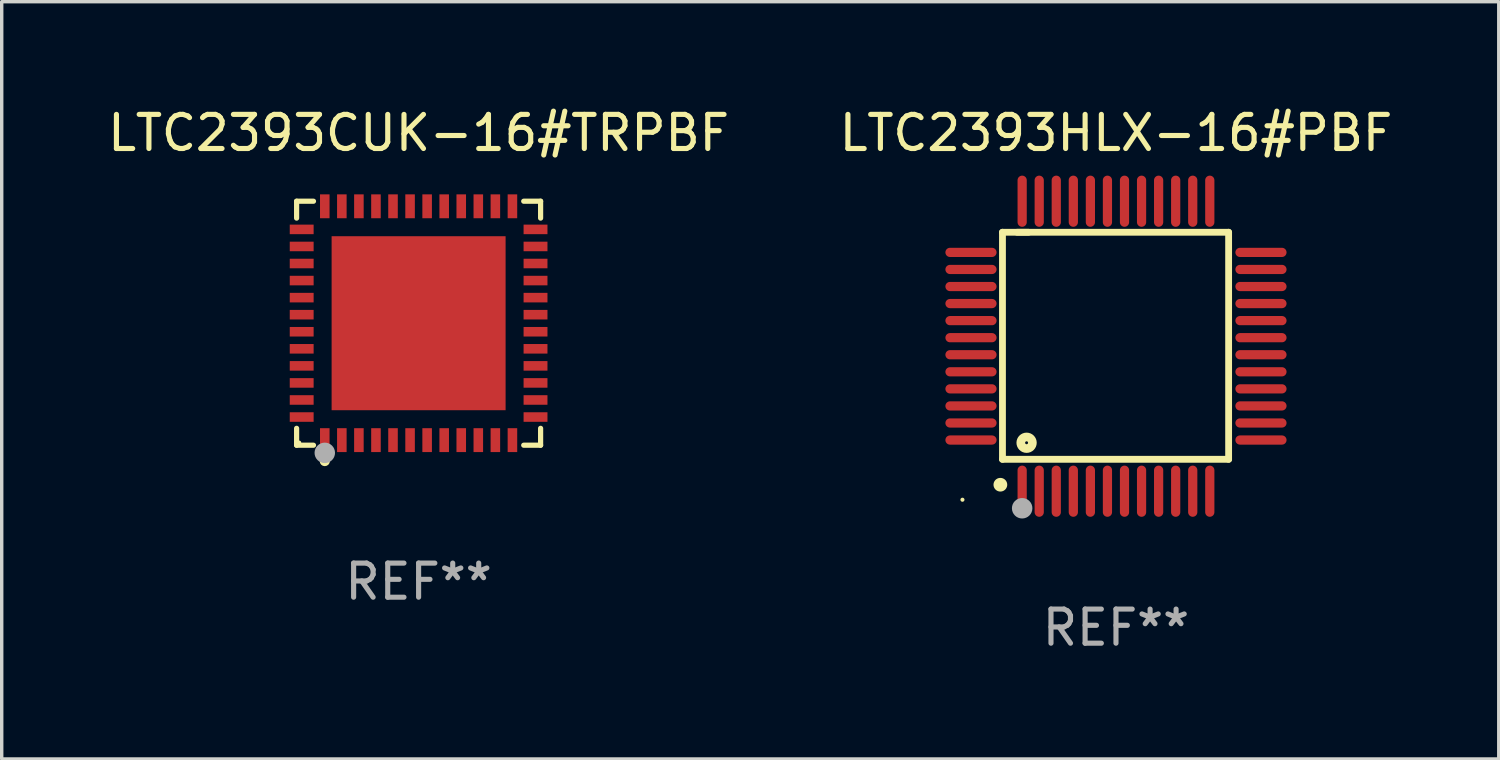
<source format=kicad_pcb>
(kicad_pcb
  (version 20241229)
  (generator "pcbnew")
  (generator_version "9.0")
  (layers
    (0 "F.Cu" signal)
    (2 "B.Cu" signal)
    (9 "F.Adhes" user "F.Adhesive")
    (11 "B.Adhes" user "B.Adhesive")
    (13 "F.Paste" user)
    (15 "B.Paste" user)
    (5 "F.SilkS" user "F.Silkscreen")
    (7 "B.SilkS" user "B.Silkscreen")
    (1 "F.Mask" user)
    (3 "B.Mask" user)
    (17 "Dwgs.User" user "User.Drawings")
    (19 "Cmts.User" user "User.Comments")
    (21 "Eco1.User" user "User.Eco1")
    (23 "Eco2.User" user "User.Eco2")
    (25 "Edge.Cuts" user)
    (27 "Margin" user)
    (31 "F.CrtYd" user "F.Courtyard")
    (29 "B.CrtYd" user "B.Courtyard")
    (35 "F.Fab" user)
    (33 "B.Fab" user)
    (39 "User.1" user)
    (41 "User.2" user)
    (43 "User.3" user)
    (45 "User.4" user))
  (footprint "LTC2393CUK-16#TRPBF"
    (layer "F.Cu")
    (at 9.22 6.424)
    (property "Reference" "LTC2393CUK-16#TRPBF" (at 0 -5.576 0) (layer "F.SilkS") (effects (font (size 1 1) (thickness 0.15))))
    (attr through_hole)
    (fp_line (start -3.576 -3.576) (end -3.081 -3.576) (stroke (width 0.152) (type solid)) (layer "F.SilkS"))
    (fp_line (start -3.576 -3.081) (end -3.576 -3.576) (stroke (width 0.152) (type solid)) (layer "F.SilkS"))
    (fp_line (start -3.576 3.081) (end -3.576 3.576) (stroke (width 0.152) (type solid)) (layer "F.SilkS"))
    (fp_line (start -3.576 3.576) (end -3.081 3.576) (stroke (width 0.152) (type solid)) (layer "F.SilkS"))
    (fp_line (start 3.576 -3.576) (end 3.081 -3.576) (stroke (width 0.152) (type solid)) (layer "F.SilkS"))
    (fp_line (start 3.576 -3.081) (end 3.576 -3.576) (stroke (width 0.152) (type solid)) (layer "F.SilkS"))
    (fp_line (start 3.576 3.081) (end 3.576 3.576) (stroke (width 0.152) (type solid)) (layer "F.SilkS"))
    (fp_line (start 3.576 3.576) (end 3.081 3.576) (stroke (width 0.152) (type solid)) (layer "F.SilkS"))
    (fp_circle (center -3.5 3.5) (end -3.47 3.5) (stroke (width 0.06) (type solid)) (fill no) (layer "F.SilkS"))
    (fp_circle (center -2.75 4.04) (end -2.675 4.04) (stroke (width 0.15) (type solid)) (fill no) (layer "F.SilkS"))
    (fp_circle (center -2.75 3.8) (end -2.6 3.8) (stroke (width 0.3) (type solid)) (fill no) (layer "F.Fab"))
    (fp_text user "REF**" (at 0 7.576 0) (layer "F.Fab") (effects (font (size 1 1) (thickness 0.15))))
    (pad "1" smd rect (at -2.75 3.427) (size 0.28 0.7) (layers "F.Cu" "F.Mask" "F.Paste"))
    (pad "2" smd rect (at -2.25 3.427) (size 0.28 0.7) (layers "F.Cu" "F.Mask" "F.Paste"))
    (pad "3" smd rect (at -1.75 3.427) (size 0.28 0.7) (layers "F.Cu" "F.Mask" "F.Paste"))
    (pad "4" smd rect (at -1.25 3.427) (size 0.28 0.7) (layers "F.Cu" "F.Mask" "F.Paste"))
    (pad "5" smd rect (at -0.75 3.427) (size 0.28 0.7) (layers "F.Cu" "F.Mask" "F.Paste"))
    (pad "6" smd rect (at -0.25 3.427) (size 0.28 0.7) (layers "F.Cu" "F.Mask" "F.Paste"))
    (pad "7" smd rect (at 0.25 3.427) (size 0.28 0.7) (layers "F.Cu" "F.Mask" "F.Paste"))
    (pad "8" smd rect (at 0.75 3.427) (size 0.28 0.7) (layers "F.Cu" "F.Mask" "F.Paste"))
    (pad "9" smd rect (at 1.25 3.427) (size 0.28 0.7) (layers "F.Cu" "F.Mask" "F.Paste"))
    (pad "10" smd rect (at 1.75 3.427) (size 0.28 0.7) (layers "F.Cu" "F.Mask" "F.Paste"))
    (pad "11" smd rect (at 2.25 3.427) (size 0.28 0.7) (layers "F.Cu" "F.Mask" "F.Paste"))
    (pad "12" smd rect (at 2.75 3.427) (size 0.28 0.7) (layers "F.Cu" "F.Mask" "F.Paste"))
    (pad "13" smd rect (at 3.427 2.75) (size 0.7 0.28) (layers "F.Cu" "F.Mask" "F.Paste"))
    (pad "14" smd rect (at 3.427 2.25) (size 0.7 0.28) (layers "F.Cu" "F.Mask" "F.Paste"))
    (pad "15" smd rect (at 3.427 1.75) (size 0.7 0.28) (layers "F.Cu" "F.Mask" "F.Paste"))
    (pad "16" smd rect (at 3.427 1.25) (size 0.7 0.28) (layers "F.Cu" "F.Mask" "F.Paste"))
    (pad "17" smd rect (at 3.427 0.75) (size 0.7 0.28) (layers "F.Cu" "F.Mask" "F.Paste"))
    (pad "18" smd rect (at 3.427 0.25) (size 0.7 0.28) (layers "F.Cu" "F.Mask" "F.Paste"))
    (pad "19" smd rect (at 3.427 -0.25) (size 0.7 0.28) (layers "F.Cu" "F.Mask" "F.Paste"))
    (pad "20" smd rect (at 3.427 -0.75) (size 0.7 0.28) (layers "F.Cu" "F.Mask" "F.Paste"))
    (pad "21" smd rect (at 3.427 -1.25) (size 0.7 0.28) (layers "F.Cu" "F.Mask" "F.Paste"))
    (pad "22" smd rect (at 3.427 -1.75) (size 0.7 0.28) (layers "F.Cu" "F.Mask" "F.Paste"))
    (pad "23" smd rect (at 3.427 -2.25) (size 0.7 0.28) (layers "F.Cu" "F.Mask" "F.Paste"))
    (pad "24" smd rect (at 3.427 -2.75) (size 0.7 0.28) (layers "F.Cu" "F.Mask" "F.Paste"))
    (pad "25" smd rect (at 2.75 -3.427) (size 0.28 0.7) (layers "F.Cu" "F.Mask" "F.Paste"))
    (pad "26" smd rect (at 2.25 -3.427) (size 0.28 0.7) (layers "F.Cu" "F.Mask" "F.Paste"))
    (pad "27" smd rect (at 1.75 -3.427) (size 0.28 0.7) (layers "F.Cu" "F.Mask" "F.Paste"))
    (pad "28" smd rect (at 1.25 -3.427) (size 0.28 0.7) (layers "F.Cu" "F.Mask" "F.Paste"))
    (pad "29" smd rect (at 0.75 -3.427) (size 0.28 0.7) (layers "F.Cu" "F.Mask" "F.Paste"))
    (pad "30" smd rect (at 0.25 -3.427) (size 0.28 0.7) (layers "F.Cu" "F.Mask" "F.Paste"))
    (pad "31" smd rect (at -0.25 -3.427) (size 0.28 0.7) (layers "F.Cu" "F.Mask" "F.Paste"))
    (pad "32" smd rect (at -0.75 -3.427) (size 0.28 0.7) (layers "F.Cu" "F.Mask" "F.Paste"))
    (pad "33" smd rect (at -1.25 -3.427) (size 0.28 0.7) (layers "F.Cu" "F.Mask" "F.Paste"))
    (pad "34" smd rect (at -1.75 -3.427) (size 0.28 0.7) (layers "F.Cu" "F.Mask" "F.Paste"))
    (pad "35" smd rect (at -2.25 -3.427) (size 0.28 0.7) (layers "F.Cu" "F.Mask" "F.Paste"))
    (pad "36" smd rect (at -2.75 -3.427) (size 0.28 0.7) (layers "F.Cu" "F.Mask" "F.Paste"))
    (pad "37" smd rect (at -3.427 -2.75) (size 0.7 0.28) (layers "F.Cu" "F.Mask" "F.Paste"))
    (pad "38" smd rect (at -3.427 -2.25) (size 0.7 0.28) (layers "F.Cu" "F.Mask" "F.Paste"))
    (pad "39" smd rect (at -3.427 -1.75) (size 0.7 0.28) (layers "F.Cu" "F.Mask" "F.Paste"))
    (pad "40" smd rect (at -3.427 -1.25) (size 0.7 0.28) (layers "F.Cu" "F.Mask" "F.Paste"))
    (pad "41" smd rect (at -3.427 -0.75) (size 0.7 0.28) (layers "F.Cu" "F.Mask" "F.Paste"))
    (pad "42" smd rect (at -3.427 -0.25) (size 0.7 0.28) (layers "F.Cu" "F.Mask" "F.Paste"))
    (pad "43" smd rect (at -3.427 0.25) (size 0.7 0.28) (layers "F.Cu" "F.Mask" "F.Paste"))
    (pad "44" smd rect (at -3.427 0.75) (size 0.7 0.28) (layers "F.Cu" "F.Mask" "F.Paste"))
    (pad "45" smd rect (at -3.427 1.25) (size 0.7 0.28) (layers "F.Cu" "F.Mask" "F.Paste"))
    (pad "46" smd rect (at -3.427 1.75) (size 0.7 0.28) (layers "F.Cu" "F.Mask" "F.Paste"))
    (pad "47" smd rect (at -3.427 2.25) (size 0.7 0.28) (layers "F.Cu" "F.Mask" "F.Paste"))
    (pad "48" smd rect (at -3.427 2.75) (size 0.7 0.28) (layers "F.Cu" "F.Mask" "F.Paste"))
    (pad "49" smd rect (at 0 0) (size 5.1 5.1) (layers "F.Cu" "F.Mask" "F.Paste")))
  (footprint "LTC2393HLX-16#PBF"
    (layer "F.Cu")
    (at 29.661 7.098)
    (property "Reference" "LTC2393HLX-16#PBF" (at 0 -6.25 0) (layer "F.SilkS") (effects (font (size 1 1) (thickness 0.15))))
    (attr through_hole)
    (fp_line (start -3.327 -3.34) (end -2.565 -3.34) (stroke (width 0.2) (type solid)) (layer "F.SilkS"))
    (fp_line (start -3.327 3.315) (end -3.327 -3.34) (stroke (width 0.2) (type solid)) (layer "F.SilkS"))
    (fp_line (start -2.896 -3.34) (end 3.302 -3.34) (stroke (width 0.2) (type solid)) (layer "F.SilkS"))
    (fp_line (start 3.302 -3.34) (end 3.302 3.315) (stroke (width 0.2) (type solid)) (layer "F.SilkS"))
    (fp_line (start 3.302 3.315) (end -3.327 3.315) (stroke (width 0.2) (type solid)) (layer "F.SilkS"))
    (fp_arc (start -3.389992 4.059995) (mid -3.388722 4.059991) (end -3.387452 4.059995) (stroke (width 0.4) (type solid)) (layer "F.SilkS"))
    (fp_circle (center -4.5 4.5) (end -4.47 4.5) (stroke (width 0.06) (type solid)) (fill no) (layer "F.SilkS"))
    (fp_circle (center -2.62 2.83) (end -2.45 2.83) (stroke (width 0.254) (type solid)) (fill no) (layer "F.SilkS"))
    (fp_circle (center -2.75 4.75) (end -2.6 4.75) (stroke (width 0.3) (type solid)) (fill no) (layer "F.Fab"))
    (fp_text user "REF**" (at 0 8.25 0) (layer "F.Fab") (effects (font (size 1 1) (thickness 0.15))))
    (pad "1" smd oval (at -2.75 4.25) (size 0.27 1.5) (layers "F.Cu" "F.Mask" "F.Paste"))
    (pad "2" smd oval (at -2.25 4.25) (size 0.27 1.5) (layers "F.Cu" "F.Mask" "F.Paste"))
    (pad "3" smd oval (at -1.75 4.25) (size 0.27 1.5) (layers "F.Cu" "F.Mask" "F.Paste"))
    (pad "4" smd oval (at -1.25 4.25) (size 0.27 1.5) (layers "F.Cu" "F.Mask" "F.Paste"))
    (pad "5" smd oval (at -0.75 4.25) (size 0.27 1.5) (layers "F.Cu" "F.Mask" "F.Paste"))
    (pad "6" smd oval (at -0.25 4.25) (size 0.27 1.5) (layers "F.Cu" "F.Mask" "F.Paste"))
    (pad "7" smd oval (at 0.25 4.25) (size 0.27 1.5) (layers "F.Cu" "F.Mask" "F.Paste"))
    (pad "8" smd oval (at 0.75 4.25) (size 0.27 1.5) (layers "F.Cu" "F.Mask" "F.Paste"))
    (pad "9" smd oval (at 1.25 4.25) (size 0.27 1.5) (layers "F.Cu" "F.Mask" "F.Paste"))
    (pad "10" smd oval (at 1.75 4.25) (size 0.27 1.5) (layers "F.Cu" "F.Mask" "F.Paste"))
    (pad "11" smd oval (at 2.25 4.25) (size 0.27 1.5) (layers "F.Cu" "F.Mask" "F.Paste"))
    (pad "12" smd oval (at 2.75 4.25) (size 0.27 1.5) (layers "F.Cu" "F.Mask" "F.Paste"))
    (pad "13" smd oval (at 4.25 2.75) (size 1.5 0.27) (layers "F.Cu" "F.Mask" "F.Paste"))
    (pad "14" smd oval (at 4.25 2.25) (size 1.5 0.27) (layers "F.Cu" "F.Mask" "F.Paste"))
    (pad "15" smd oval (at 4.25 1.75) (size 1.5 0.27) (layers "F.Cu" "F.Mask" "F.Paste"))
    (pad "16" smd oval (at 4.25 1.25) (size 1.5 0.27) (layers "F.Cu" "F.Mask" "F.Paste"))
    (pad "17" smd oval (at 4.25 0.75) (size 1.5 0.27) (layers "F.Cu" "F.Mask" "F.Paste"))
    (pad "18" smd oval (at 4.25 0.25) (size 1.5 0.27) (layers "F.Cu" "F.Mask" "F.Paste"))
    (pad "19" smd oval (at 4.25 -0.25) (size 1.5 0.27) (layers "F.Cu" "F.Mask" "F.Paste"))
    (pad "20" smd oval (at 4.25 -0.75) (size 1.5 0.27) (layers "F.Cu" "F.Mask" "F.Paste"))
    (pad "21" smd oval (at 4.25 -1.25) (size 1.5 0.27) (layers "F.Cu" "F.Mask" "F.Paste"))
    (pad "22" smd oval (at 4.25 -1.75) (size 1.5 0.27) (layers "F.Cu" "F.Mask" "F.Paste"))
    (pad "23" smd oval (at 4.25 -2.25) (size 1.5 0.27) (layers "F.Cu" "F.Mask" "F.Paste"))
    (pad "24" smd oval (at 4.25 -2.75) (size 1.5 0.27) (layers "F.Cu" "F.Mask" "F.Paste"))
    (pad "25" smd oval (at 2.75 -4.25) (size 0.27 1.5) (layers "F.Cu" "F.Mask" "F.Paste"))
    (pad "26" smd oval (at 2.25 -4.25) (size 0.27 1.5) (layers "F.Cu" "F.Mask" "F.Paste"))
    (pad "27" smd oval (at 1.75 -4.25) (size 0.27 1.5) (layers "F.Cu" "F.Mask" "F.Paste"))
    (pad "28" smd oval (at 1.25 -4.25) (size 0.27 1.5) (layers "F.Cu" "F.Mask" "F.Paste"))
    (pad "29" smd oval (at 0.75 -4.25) (size 0.27 1.5) (layers "F.Cu" "F.Mask" "F.Paste"))
    (pad "30" smd oval (at 0.25 -4.25) (size 0.27 1.5) (layers "F.Cu" "F.Mask" "F.Paste"))
    (pad "31" smd oval (at -0.25 -4.25) (size 0.27 1.5) (layers "F.Cu" "F.Mask" "F.Paste"))
    (pad "32" smd oval (at -0.75 -4.25) (size 0.27 1.5) (layers "F.Cu" "F.Mask" "F.Paste"))
    (pad "33" smd oval (at -1.25 -4.25) (size 0.27 1.5) (layers "F.Cu" "F.Mask" "F.Paste"))
    (pad "34" smd oval (at -1.75 -4.25) (size 0.27 1.5) (layers "F.Cu" "F.Mask" "F.Paste"))
    (pad "35" smd oval (at -2.25 -4.25) (size 0.27 1.5) (layers "F.Cu" "F.Mask" "F.Paste"))
    (pad "36" smd oval (at -2.75 -4.25) (size 0.27 1.5) (layers "F.Cu" "F.Mask" "F.Paste"))
    (pad "37" smd oval (at -4.25 -2.75) (size 1.5 0.27) (layers "F.Cu" "F.Mask" "F.Paste"))
    (pad "38" smd oval (at -4.25 -2.25) (size 1.5 0.27) (layers "F.Cu" "F.Mask" "F.Paste"))
    (pad "39" smd oval (at -4.25 -1.75) (size 1.5 0.27) (layers "F.Cu" "F.Mask" "F.Paste"))
    (pad "40" smd oval (at -4.25 -1.25) (size 1.5 0.27) (layers "F.Cu" "F.Mask" "F.Paste"))
    (pad "41" smd oval (at -4.25 -0.75) (size 1.5 0.27) (layers "F.Cu" "F.Mask" "F.Paste"))
    (pad "42" smd oval (at -4.25 -0.25) (size 1.5 0.27) (layers "F.Cu" "F.Mask" "F.Paste"))
    (pad "43" smd oval (at -4.25 0.25) (size 1.5 0.27) (layers "F.Cu" "F.Mask" "F.Paste"))
    (pad "44" smd oval (at -4.25 0.75) (size 1.5 0.27) (layers "F.Cu" "F.Mask" "F.Paste"))
    (pad "45" smd oval (at -4.25 1.25) (size 1.5 0.27) (layers "F.Cu" "F.Mask" "F.Paste"))
    (pad "46" smd oval (at -4.25 1.75) (size 1.5 0.27) (layers "F.Cu" "F.Mask" "F.Paste"))
    (pad "47" smd oval (at -4.25 2.25) (size 1.5 0.27) (layers "F.Cu" "F.Mask" "F.Paste"))
    (pad "48" smd oval (at -4.25 2.75) (size 1.5 0.27) (layers "F.Cu" "F.Mask" "F.Paste")))
  (gr_rect
    (start -3 -3)
    (end 40.881 19.196)
    (stroke (width 0.1) (type default))
    (fill no)
    (layer "Edge.Cuts")))
</source>
